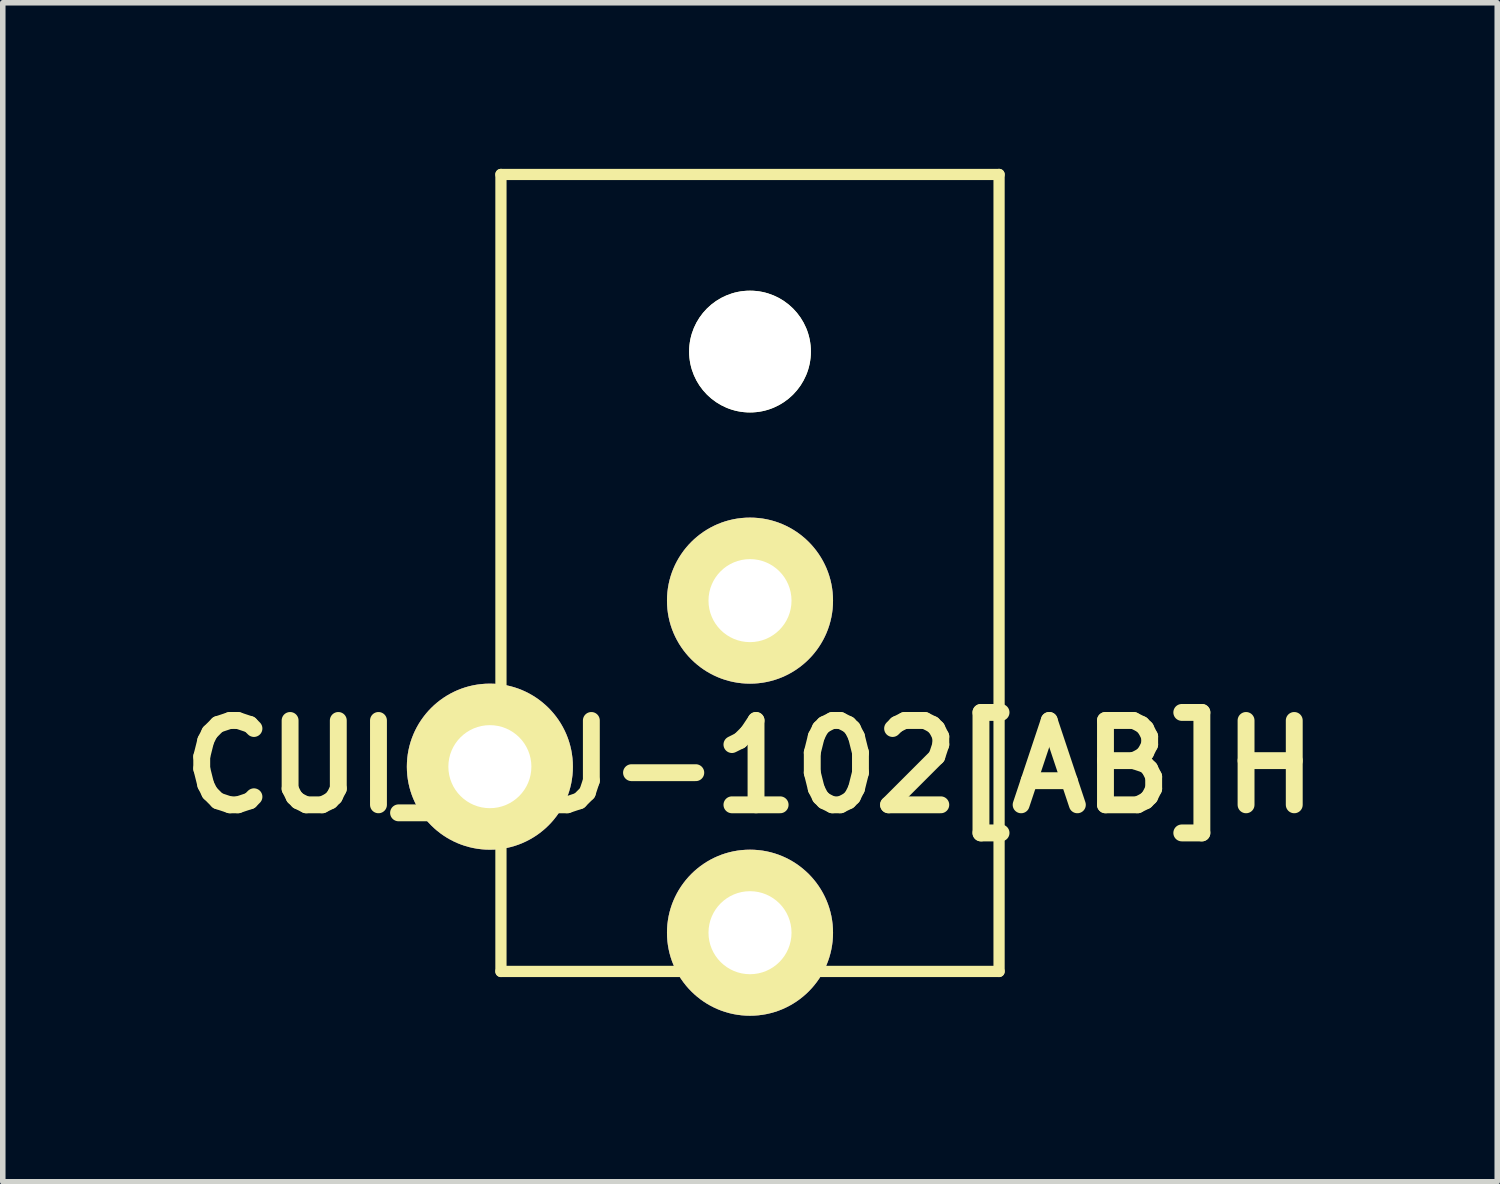
<source format=kicad_pcb>
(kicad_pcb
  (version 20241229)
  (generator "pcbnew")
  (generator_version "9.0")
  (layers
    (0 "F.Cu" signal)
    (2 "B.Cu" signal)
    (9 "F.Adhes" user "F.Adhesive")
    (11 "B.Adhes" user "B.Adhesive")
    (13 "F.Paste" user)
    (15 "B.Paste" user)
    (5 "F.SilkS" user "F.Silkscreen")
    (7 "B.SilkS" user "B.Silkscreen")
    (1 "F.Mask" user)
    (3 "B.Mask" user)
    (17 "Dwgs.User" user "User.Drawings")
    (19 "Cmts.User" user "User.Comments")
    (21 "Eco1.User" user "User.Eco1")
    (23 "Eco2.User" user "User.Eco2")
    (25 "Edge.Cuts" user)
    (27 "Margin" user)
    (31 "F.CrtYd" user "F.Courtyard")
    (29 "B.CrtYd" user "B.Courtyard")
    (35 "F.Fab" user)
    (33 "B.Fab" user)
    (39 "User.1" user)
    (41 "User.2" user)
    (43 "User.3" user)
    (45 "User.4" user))
  (footprint "CUI_PJ-102[AB]H"
    (layer "F.Cu")
    (at 10.501 10.802)
    (property "Reference" "CUI_PJ-102[AB]H" (at 0 0 0) (layer "F.SilkS") (effects (font (size 1.524 1.524) (thickness 0.305))))
    (attr through_hole)
    (fp_line (start -4.5 -10.7) (end 4.5 -10.7) (stroke (width 0.203) (type solid)) (layer "F.SilkS"))
    (fp_line (start -4.5 3.7) (end -4.5 -10.7) (stroke (width 0.203) (type solid)) (layer "F.SilkS"))
    (fp_line (start 4.5 -10.7) (end 4.5 3.7) (stroke (width 0.203) (type solid)) (layer "F.SilkS"))
    (fp_line (start 4.5 3.7) (end -4.5 3.7) (stroke (width 0.203) (type solid)) (layer "F.SilkS"))
    (pad "" np_thru_hole circle (at 0 -7.5) (size 2.2 2.2) (drill 2.2) (layers "*.Cu" "*.Mask" "F.SilkS"))
    (pad "1" thru_hole circle (at 0 3) (size 3 3) (drill 1.5) (layers "*.Cu" "*.Mask" "F.SilkS"))
    (pad "2" thru_hole circle (at 0 -3) (size 3 3) (drill 1.5) (layers "*.Cu" "*.Mask" "F.SilkS"))
    (pad "3" thru_hole circle (at -4.7 0) (size 3 3) (drill 1.5) (layers "*.Cu" "*.Mask" "F.SilkS")))
  (gr_rect
    (start -3 -3)
    (end 24.002 18.302)
    (stroke (width 0.1) (type default))
    (fill no)
    (layer "Edge.Cuts")))
</source>
